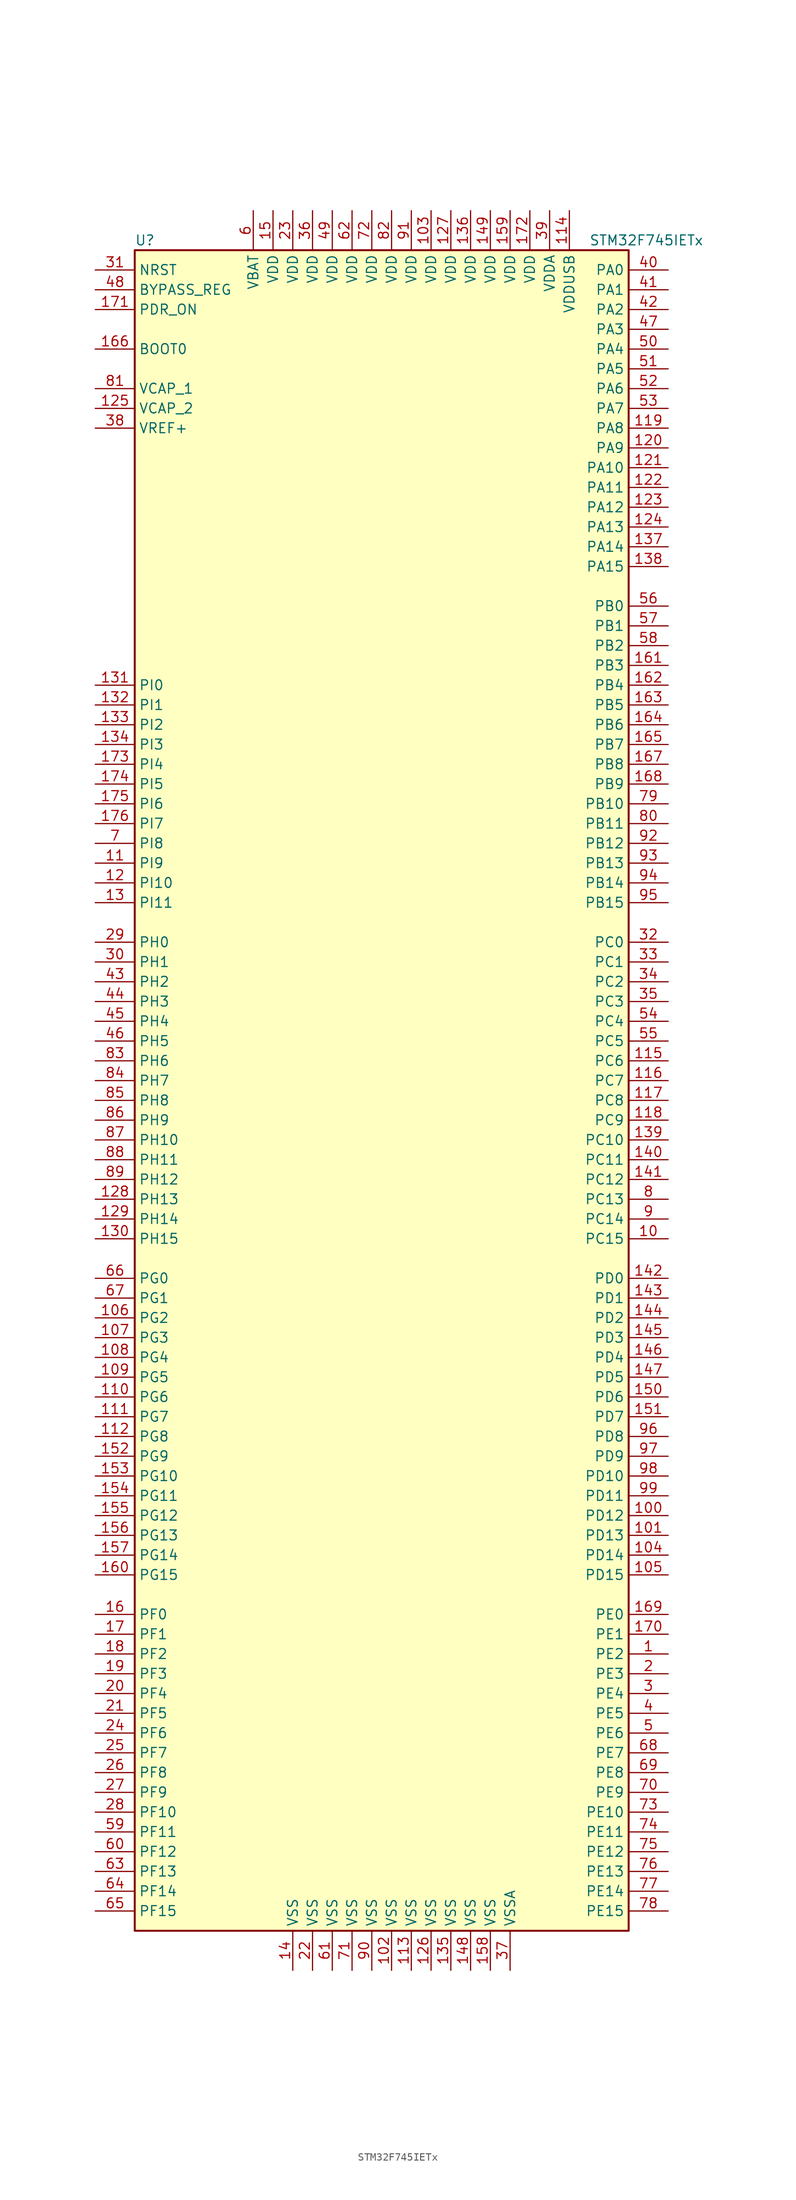
<source format=kicad_sym>
(kicad_symbol_lib
  (version 20201005)
  (generator kicad_symbol_editor)
  (symbol "MCU_ST_STM32F7:STM32F745IETx"
    (property "Reference" "U"
      (at -33.02 107.95 0)
      (effects (font (size 1.27 1.27)) (justify left)))
    (property "Value" "STM32F745IETx"
      (at 25.4 107.95 0)
      (effects (font (size 1.27 1.27)) (justify left)))
    (symbol "STM32F745IETx_0_1"
      (rectangle (start -33.02 -109.22) (end 30.48 106.68) (stroke (width 0.254)) (fill (type background))))
    (symbol "STM32F745IETx_1_1"
      (pin input line (at -38.1 93.98 0) (length 5.08) (name "BOOT0" (effects (font (size 1.27 1.27)))) (number "166" (effects (font (size 1.27 1.27)))))
      (pin input line (at -38.1 101.6 0) (length 5.08) (name "BYPASS_REG" (effects (font (size 1.27 1.27)))) (number "48" (effects (font (size 1.27 1.27)))))
      (pin input line (at -38.1 104.14 0) (length 5.08) (name "NRST" (effects (font (size 1.27 1.27)))) (number "31" (effects (font (size 1.27 1.27)))))
      (pin bidirectional line (at 35.56 104.14 180) (length 5.08) (name "PA0" (effects (font (size 1.27 1.27)))) (number "40" (effects (font (size 1.27 1.27)))))
      (pin bidirectional line (at 35.56 101.6 180) (length 5.08) (name "PA1" (effects (font (size 1.27 1.27)))) (number "41" (effects (font (size 1.27 1.27)))))
      (pin bidirectional line (at 35.56 78.74 180) (length 5.08) (name "PA10" (effects (font (size 1.27 1.27)))) (number "121" (effects (font (size 1.27 1.27)))))
      (pin bidirectional line (at 35.56 76.2 180) (length 5.08) (name "PA11" (effects (font (size 1.27 1.27)))) (number "122" (effects (font (size 1.27 1.27)))))
      (pin bidirectional line (at 35.56 73.66 180) (length 5.08) (name "PA12" (effects (font (size 1.27 1.27)))) (number "123" (effects (font (size 1.27 1.27)))))
      (pin bidirectional line (at 35.56 71.12 180) (length 5.08) (name "PA13" (effects (font (size 1.27 1.27)))) (number "124" (effects (font (size 1.27 1.27)))))
      (pin bidirectional line (at 35.56 68.58 180) (length 5.08) (name "PA14" (effects (font (size 1.27 1.27)))) (number "137" (effects (font (size 1.27 1.27)))))
      (pin bidirectional line (at 35.56 66.04 180) (length 5.08) (name "PA15" (effects (font (size 1.27 1.27)))) (number "138" (effects (font (size 1.27 1.27)))))
      (pin bidirectional line (at 35.56 99.06 180) (length 5.08) (name "PA2" (effects (font (size 1.27 1.27)))) (number "42" (effects (font (size 1.27 1.27)))))
      (pin bidirectional line (at 35.56 96.52 180) (length 5.08) (name "PA3" (effects (font (size 1.27 1.27)))) (number "47" (effects (font (size 1.27 1.27)))))
      (pin bidirectional line (at 35.56 93.98 180) (length 5.08) (name "PA4" (effects (font (size 1.27 1.27)))) (number "50" (effects (font (size 1.27 1.27)))))
      (pin bidirectional line (at 35.56 91.44 180) (length 5.08) (name "PA5" (effects (font (size 1.27 1.27)))) (number "51" (effects (font (size 1.27 1.27)))))
      (pin bidirectional line (at 35.56 88.9 180) (length 5.08) (name "PA6" (effects (font (size 1.27 1.27)))) (number "52" (effects (font (size 1.27 1.27)))))
      (pin bidirectional line (at 35.56 86.36 180) (length 5.08) (name "PA7" (effects (font (size 1.27 1.27)))) (number "53" (effects (font (size 1.27 1.27)))))
      (pin bidirectional line (at 35.56 83.82 180) (length 5.08) (name "PA8" (effects (font (size 1.27 1.27)))) (number "119" (effects (font (size 1.27 1.27)))))
      (pin bidirectional line (at 35.56 81.28 180) (length 5.08) (name "PA9" (effects (font (size 1.27 1.27)))) (number "120" (effects (font (size 1.27 1.27)))))
      (pin bidirectional line (at 35.56 60.96 180) (length 5.08) (name "PB0" (effects (font (size 1.27 1.27)))) (number "56" (effects (font (size 1.27 1.27)))))
      (pin bidirectional line (at 35.56 58.42 180) (length 5.08) (name "PB1" (effects (font (size 1.27 1.27)))) (number "57" (effects (font (size 1.27 1.27)))))
      (pin bidirectional line (at 35.56 35.56 180) (length 5.08) (name "PB10" (effects (font (size 1.27 1.27)))) (number "79" (effects (font (size 1.27 1.27)))))
      (pin bidirectional line (at 35.56 33.02 180) (length 5.08) (name "PB11" (effects (font (size 1.27 1.27)))) (number "80" (effects (font (size 1.27 1.27)))))
      (pin bidirectional line (at 35.56 30.48 180) (length 5.08) (name "PB12" (effects (font (size 1.27 1.27)))) (number "92" (effects (font (size 1.27 1.27)))))
      (pin bidirectional line (at 35.56 27.94 180) (length 5.08) (name "PB13" (effects (font (size 1.27 1.27)))) (number "93" (effects (font (size 1.27 1.27)))))
      (pin bidirectional line (at 35.56 25.4 180) (length 5.08) (name "PB14" (effects (font (size 1.27 1.27)))) (number "94" (effects (font (size 1.27 1.27)))))
      (pin bidirectional line (at 35.56 22.86 180) (length 5.08) (name "PB15" (effects (font (size 1.27 1.27)))) (number "95" (effects (font (size 1.27 1.27)))))
      (pin bidirectional line (at 35.56 55.88 180) (length 5.08) (name "PB2" (effects (font (size 1.27 1.27)))) (number "58" (effects (font (size 1.27 1.27)))))
      (pin bidirectional line (at 35.56 53.34 180) (length 5.08) (name "PB3" (effects (font (size 1.27 1.27)))) (number "161" (effects (font (size 1.27 1.27)))))
      (pin bidirectional line (at 35.56 50.8 180) (length 5.08) (name "PB4" (effects (font (size 1.27 1.27)))) (number "162" (effects (font (size 1.27 1.27)))))
      (pin bidirectional line (at 35.56 48.26 180) (length 5.08) (name "PB5" (effects (font (size 1.27 1.27)))) (number "163" (effects (font (size 1.27 1.27)))))
      (pin bidirectional line (at 35.56 45.72 180) (length 5.08) (name "PB6" (effects (font (size 1.27 1.27)))) (number "164" (effects (font (size 1.27 1.27)))))
      (pin bidirectional line (at 35.56 43.18 180) (length 5.08) (name "PB7" (effects (font (size 1.27 1.27)))) (number "165" (effects (font (size 1.27 1.27)))))
      (pin bidirectional line (at 35.56 40.64 180) (length 5.08) (name "PB8" (effects (font (size 1.27 1.27)))) (number "167" (effects (font (size 1.27 1.27)))))
      (pin bidirectional line (at 35.56 38.1 180) (length 5.08) (name "PB9" (effects (font (size 1.27 1.27)))) (number "168" (effects (font (size 1.27 1.27)))))
      (pin bidirectional line (at 35.56 17.78 180) (length 5.08) (name "PC0" (effects (font (size 1.27 1.27)))) (number "32" (effects (font (size 1.27 1.27)))))
      (pin bidirectional line (at 35.56 15.24 180) (length 5.08) (name "PC1" (effects (font (size 1.27 1.27)))) (number "33" (effects (font (size 1.27 1.27)))))
      (pin bidirectional line (at 35.56 -7.62 180) (length 5.08) (name "PC10" (effects (font (size 1.27 1.27)))) (number "139" (effects (font (size 1.27 1.27)))))
      (pin bidirectional line (at 35.56 -10.16 180) (length 5.08) (name "PC11" (effects (font (size 1.27 1.27)))) (number "140" (effects (font (size 1.27 1.27)))))
      (pin bidirectional line (at 35.56 -12.7 180) (length 5.08) (name "PC12" (effects (font (size 1.27 1.27)))) (number "141" (effects (font (size 1.27 1.27)))))
      (pin bidirectional line (at 35.56 -15.24 180) (length 5.08) (name "PC13" (effects (font (size 1.27 1.27)))) (number "8" (effects (font (size 1.27 1.27)))))
      (pin bidirectional line (at 35.56 -17.78 180) (length 5.08) (name "PC14" (effects (font (size 1.27 1.27)))) (number "9" (effects (font (size 1.27 1.27)))))
      (pin bidirectional line (at 35.56 -20.32 180) (length 5.08) (name "PC15" (effects (font (size 1.27 1.27)))) (number "10" (effects (font (size 1.27 1.27)))))
      (pin bidirectional line (at 35.56 12.7 180) (length 5.08) (name "PC2" (effects (font (size 1.27 1.27)))) (number "34" (effects (font (size 1.27 1.27)))))
      (pin bidirectional line (at 35.56 10.16 180) (length 5.08) (name "PC3" (effects (font (size 1.27 1.27)))) (number "35" (effects (font (size 1.27 1.27)))))
      (pin bidirectional line (at 35.56 7.62 180) (length 5.08) (name "PC4" (effects (font (size 1.27 1.27)))) (number "54" (effects (font (size 1.27 1.27)))))
      (pin bidirectional line (at 35.56 5.08 180) (length 5.08) (name "PC5" (effects (font (size 1.27 1.27)))) (number "55" (effects (font (size 1.27 1.27)))))
      (pin bidirectional line (at 35.56 2.54 180) (length 5.08) (name "PC6" (effects (font (size 1.27 1.27)))) (number "115" (effects (font (size 1.27 1.27)))))
      (pin bidirectional line (at 35.56 0 180) (length 5.08) (name "PC7" (effects (font (size 1.27 1.27)))) (number "116" (effects (font (size 1.27 1.27)))))
      (pin bidirectional line (at 35.56 -2.54 180) (length 5.08) (name "PC8" (effects (font (size 1.27 1.27)))) (number "117" (effects (font (size 1.27 1.27)))))
      (pin bidirectional line (at 35.56 -5.08 180) (length 5.08) (name "PC9" (effects (font (size 1.27 1.27)))) (number "118" (effects (font (size 1.27 1.27)))))
      (pin bidirectional line (at 35.56 -25.4 180) (length 5.08) (name "PD0" (effects (font (size 1.27 1.27)))) (number "142" (effects (font (size 1.27 1.27)))))
      (pin bidirectional line (at 35.56 -27.94 180) (length 5.08) (name "PD1" (effects (font (size 1.27 1.27)))) (number "143" (effects (font (size 1.27 1.27)))))
      (pin bidirectional line (at 35.56 -50.8 180) (length 5.08) (name "PD10" (effects (font (size 1.27 1.27)))) (number "98" (effects (font (size 1.27 1.27)))))
      (pin bidirectional line (at 35.56 -53.34 180) (length 5.08) (name "PD11" (effects (font (size 1.27 1.27)))) (number "99" (effects (font (size 1.27 1.27)))))
      (pin bidirectional line (at 35.56 -55.88 180) (length 5.08) (name "PD12" (effects (font (size 1.27 1.27)))) (number "100" (effects (font (size 1.27 1.27)))))
      (pin bidirectional line (at 35.56 -58.42 180) (length 5.08) (name "PD13" (effects (font (size 1.27 1.27)))) (number "101" (effects (font (size 1.27 1.27)))))
      (pin bidirectional line (at 35.56 -60.96 180) (length 5.08) (name "PD14" (effects (font (size 1.27 1.27)))) (number "104" (effects (font (size 1.27 1.27)))))
      (pin bidirectional line (at 35.56 -63.5 180) (length 5.08) (name "PD15" (effects (font (size 1.27 1.27)))) (number "105" (effects (font (size 1.27 1.27)))))
      (pin bidirectional line (at 35.56 -30.48 180) (length 5.08) (name "PD2" (effects (font (size 1.27 1.27)))) (number "144" (effects (font (size 1.27 1.27)))))
      (pin bidirectional line (at 35.56 -33.02 180) (length 5.08) (name "PD3" (effects (font (size 1.27 1.27)))) (number "145" (effects (font (size 1.27 1.27)))))
      (pin bidirectional line (at 35.56 -35.56 180) (length 5.08) (name "PD4" (effects (font (size 1.27 1.27)))) (number "146" (effects (font (size 1.27 1.27)))))
      (pin bidirectional line (at 35.56 -38.1 180) (length 5.08) (name "PD5" (effects (font (size 1.27 1.27)))) (number "147" (effects (font (size 1.27 1.27)))))
      (pin bidirectional line (at 35.56 -40.64 180) (length 5.08) (name "PD6" (effects (font (size 1.27 1.27)))) (number "150" (effects (font (size 1.27 1.27)))))
      (pin bidirectional line (at 35.56 -43.18 180) (length 5.08) (name "PD7" (effects (font (size 1.27 1.27)))) (number "151" (effects (font (size 1.27 1.27)))))
      (pin bidirectional line (at 35.56 -45.72 180) (length 5.08) (name "PD8" (effects (font (size 1.27 1.27)))) (number "96" (effects (font (size 1.27 1.27)))))
      (pin bidirectional line (at 35.56 -48.26 180) (length 5.08) (name "PD9" (effects (font (size 1.27 1.27)))) (number "97" (effects (font (size 1.27 1.27)))))
      (pin input line (at -38.1 99.06 0) (length 5.08) (name "PDR_ON" (effects (font (size 1.27 1.27)))) (number "171" (effects (font (size 1.27 1.27)))))
      (pin bidirectional line (at 35.56 -68.58 180) (length 5.08) (name "PE0" (effects (font (size 1.27 1.27)))) (number "169" (effects (font (size 1.27 1.27)))))
      (pin bidirectional line (at 35.56 -71.12 180) (length 5.08) (name "PE1" (effects (font (size 1.27 1.27)))) (number "170" (effects (font (size 1.27 1.27)))))
      (pin bidirectional line (at 35.56 -93.98 180) (length 5.08) (name "PE10" (effects (font (size 1.27 1.27)))) (number "73" (effects (font (size 1.27 1.27)))))
      (pin bidirectional line (at 35.56 -96.52 180) (length 5.08) (name "PE11" (effects (font (size 1.27 1.27)))) (number "74" (effects (font (size 1.27 1.27)))))
      (pin bidirectional line (at 35.56 -99.06 180) (length 5.08) (name "PE12" (effects (font (size 1.27 1.27)))) (number "75" (effects (font (size 1.27 1.27)))))
      (pin bidirectional line (at 35.56 -101.6 180) (length 5.08) (name "PE13" (effects (font (size 1.27 1.27)))) (number "76" (effects (font (size 1.27 1.27)))))
      (pin bidirectional line (at 35.56 -104.14 180) (length 5.08) (name "PE14" (effects (font (size 1.27 1.27)))) (number "77" (effects (font (size 1.27 1.27)))))
      (pin bidirectional line (at 35.56 -106.68 180) (length 5.08) (name "PE15" (effects (font (size 1.27 1.27)))) (number "78" (effects (font (size 1.27 1.27)))))
      (pin bidirectional line (at 35.56 -73.66 180) (length 5.08) (name "PE2" (effects (font (size 1.27 1.27)))) (number "1" (effects (font (size 1.27 1.27)))))
      (pin bidirectional line (at 35.56 -76.2 180) (length 5.08) (name "PE3" (effects (font (size 1.27 1.27)))) (number "2" (effects (font (size 1.27 1.27)))))
      (pin bidirectional line (at 35.56 -78.74 180) (length 5.08) (name "PE4" (effects (font (size 1.27 1.27)))) (number "3" (effects (font (size 1.27 1.27)))))
      (pin bidirectional line (at 35.56 -81.28 180) (length 5.08) (name "PE5" (effects (font (size 1.27 1.27)))) (number "4" (effects (font (size 1.27 1.27)))))
      (pin bidirectional line (at 35.56 -83.82 180) (length 5.08) (name "PE6" (effects (font (size 1.27 1.27)))) (number "5" (effects (font (size 1.27 1.27)))))
      (pin bidirectional line (at 35.56 -86.36 180) (length 5.08) (name "PE7" (effects (font (size 1.27 1.27)))) (number "68" (effects (font (size 1.27 1.27)))))
      (pin bidirectional line (at 35.56 -88.9 180) (length 5.08) (name "PE8" (effects (font (size 1.27 1.27)))) (number "69" (effects (font (size 1.27 1.27)))))
      (pin bidirectional line (at 35.56 -91.44 180) (length 5.08) (name "PE9" (effects (font (size 1.27 1.27)))) (number "70" (effects (font (size 1.27 1.27)))))
      (pin bidirectional line (at -38.1 -68.58 0) (length 5.08) (name "PF0" (effects (font (size 1.27 1.27)))) (number "16" (effects (font (size 1.27 1.27)))))
      (pin bidirectional line (at -38.1 -71.12 0) (length 5.08) (name "PF1" (effects (font (size 1.27 1.27)))) (number "17" (effects (font (size 1.27 1.27)))))
      (pin bidirectional line (at -38.1 -93.98 0) (length 5.08) (name "PF10" (effects (font (size 1.27 1.27)))) (number "28" (effects (font (size 1.27 1.27)))))
      (pin bidirectional line (at -38.1 -96.52 0) (length 5.08) (name "PF11" (effects (font (size 1.27 1.27)))) (number "59" (effects (font (size 1.27 1.27)))))
      (pin bidirectional line (at -38.1 -99.06 0) (length 5.08) (name "PF12" (effects (font (size 1.27 1.27)))) (number "60" (effects (font (size 1.27 1.27)))))
      (pin bidirectional line (at -38.1 -101.6 0) (length 5.08) (name "PF13" (effects (font (size 1.27 1.27)))) (number "63" (effects (font (size 1.27 1.27)))))
      (pin bidirectional line (at -38.1 -104.14 0) (length 5.08) (name "PF14" (effects (font (size 1.27 1.27)))) (number "64" (effects (font (size 1.27 1.27)))))
      (pin bidirectional line (at -38.1 -106.68 0) (length 5.08) (name "PF15" (effects (font (size 1.27 1.27)))) (number "65" (effects (font (size 1.27 1.27)))))
      (pin bidirectional line (at -38.1 -73.66 0) (length 5.08) (name "PF2" (effects (font (size 1.27 1.27)))) (number "18" (effects (font (size 1.27 1.27)))))
      (pin bidirectional line (at -38.1 -76.2 0) (length 5.08) (name "PF3" (effects (font (size 1.27 1.27)))) (number "19" (effects (font (size 1.27 1.27)))))
      (pin bidirectional line (at -38.1 -78.74 0) (length 5.08) (name "PF4" (effects (font (size 1.27 1.27)))) (number "20" (effects (font (size 1.27 1.27)))))
      (pin bidirectional line (at -38.1 -81.28 0) (length 5.08) (name "PF5" (effects (font (size 1.27 1.27)))) (number "21" (effects (font (size 1.27 1.27)))))
      (pin bidirectional line (at -38.1 -83.82 0) (length 5.08) (name "PF6" (effects (font (size 1.27 1.27)))) (number "24" (effects (font (size 1.27 1.27)))))
      (pin bidirectional line (at -38.1 -86.36 0) (length 5.08) (name "PF7" (effects (font (size 1.27 1.27)))) (number "25" (effects (font (size 1.27 1.27)))))
      (pin bidirectional line (at -38.1 -88.9 0) (length 5.08) (name "PF8" (effects (font (size 1.27 1.27)))) (number "26" (effects (font (size 1.27 1.27)))))
      (pin bidirectional line (at -38.1 -91.44 0) (length 5.08) (name "PF9" (effects (font (size 1.27 1.27)))) (number "27" (effects (font (size 1.27 1.27)))))
      (pin bidirectional line (at -38.1 -25.4 0) (length 5.08) (name "PG0" (effects (font (size 1.27 1.27)))) (number "66" (effects (font (size 1.27 1.27)))))
      (pin bidirectional line (at -38.1 -27.94 0) (length 5.08) (name "PG1" (effects (font (size 1.27 1.27)))) (number "67" (effects (font (size 1.27 1.27)))))
      (pin bidirectional line (at -38.1 -50.8 0) (length 5.08) (name "PG10" (effects (font (size 1.27 1.27)))) (number "153" (effects (font (size 1.27 1.27)))))
      (pin bidirectional line (at -38.1 -53.34 0) (length 5.08) (name "PG11" (effects (font (size 1.27 1.27)))) (number "154" (effects (font (size 1.27 1.27)))))
      (pin bidirectional line (at -38.1 -55.88 0) (length 5.08) (name "PG12" (effects (font (size 1.27 1.27)))) (number "155" (effects (font (size 1.27 1.27)))))
      (pin bidirectional line (at -38.1 -58.42 0) (length 5.08) (name "PG13" (effects (font (size 1.27 1.27)))) (number "156" (effects (font (size 1.27 1.27)))))
      (pin bidirectional line (at -38.1 -60.96 0) (length 5.08) (name "PG14" (effects (font (size 1.27 1.27)))) (number "157" (effects (font (size 1.27 1.27)))))
      (pin bidirectional line (at -38.1 -63.5 0) (length 5.08) (name "PG15" (effects (font (size 1.27 1.27)))) (number "160" (effects (font (size 1.27 1.27)))))
      (pin bidirectional line (at -38.1 -30.48 0) (length 5.08) (name "PG2" (effects (font (size 1.27 1.27)))) (number "106" (effects (font (size 1.27 1.27)))))
      (pin bidirectional line (at -38.1 -33.02 0) (length 5.08) (name "PG3" (effects (font (size 1.27 1.27)))) (number "107" (effects (font (size 1.27 1.27)))))
      (pin bidirectional line (at -38.1 -35.56 0) (length 5.08) (name "PG4" (effects (font (size 1.27 1.27)))) (number "108" (effects (font (size 1.27 1.27)))))
      (pin bidirectional line (at -38.1 -38.1 0) (length 5.08) (name "PG5" (effects (font (size 1.27 1.27)))) (number "109" (effects (font (size 1.27 1.27)))))
      (pin bidirectional line (at -38.1 -40.64 0) (length 5.08) (name "PG6" (effects (font (size 1.27 1.27)))) (number "110" (effects (font (size 1.27 1.27)))))
      (pin bidirectional line (at -38.1 -43.18 0) (length 5.08) (name "PG7" (effects (font (size 1.27 1.27)))) (number "111" (effects (font (size 1.27 1.27)))))
      (pin bidirectional line (at -38.1 -45.72 0) (length 5.08) (name "PG8" (effects (font (size 1.27 1.27)))) (number "112" (effects (font (size 1.27 1.27)))))
      (pin bidirectional line (at -38.1 -48.26 0) (length 5.08) (name "PG9" (effects (font (size 1.27 1.27)))) (number "152" (effects (font (size 1.27 1.27)))))
      (pin input line (at -38.1 17.78 0) (length 5.08) (name "PH0" (effects (font (size 1.27 1.27)))) (number "29" (effects (font (size 1.27 1.27)))))
      (pin input line (at -38.1 15.24 0) (length 5.08) (name "PH1" (effects (font (size 1.27 1.27)))) (number "30" (effects (font (size 1.27 1.27)))))
      (pin bidirectional line (at -38.1 -7.62 0) (length 5.08) (name "PH10" (effects (font (size 1.27 1.27)))) (number "87" (effects (font (size 1.27 1.27)))))
      (pin bidirectional line (at -38.1 -10.16 0) (length 5.08) (name "PH11" (effects (font (size 1.27 1.27)))) (number "88" (effects (font (size 1.27 1.27)))))
      (pin bidirectional line (at -38.1 -12.7 0) (length 5.08) (name "PH12" (effects (font (size 1.27 1.27)))) (number "89" (effects (font (size 1.27 1.27)))))
      (pin bidirectional line (at -38.1 -15.24 0) (length 5.08) (name "PH13" (effects (font (size 1.27 1.27)))) (number "128" (effects (font (size 1.27 1.27)))))
      (pin bidirectional line (at -38.1 -17.78 0) (length 5.08) (name "PH14" (effects (font (size 1.27 1.27)))) (number "129" (effects (font (size 1.27 1.27)))))
      (pin bidirectional line (at -38.1 -20.32 0) (length 5.08) (name "PH15" (effects (font (size 1.27 1.27)))) (number "130" (effects (font (size 1.27 1.27)))))
      (pin bidirectional line (at -38.1 12.7 0) (length 5.08) (name "PH2" (effects (font (size 1.27 1.27)))) (number "43" (effects (font (size 1.27 1.27)))))
      (pin bidirectional line (at -38.1 10.16 0) (length 5.08) (name "PH3" (effects (font (size 1.27 1.27)))) (number "44" (effects (font (size 1.27 1.27)))))
      (pin bidirectional line (at -38.1 7.62 0) (length 5.08) (name "PH4" (effects (font (size 1.27 1.27)))) (number "45" (effects (font (size 1.27 1.27)))))
      (pin bidirectional line (at -38.1 5.08 0) (length 5.08) (name "PH5" (effects (font (size 1.27 1.27)))) (number "46" (effects (font (size 1.27 1.27)))))
      (pin bidirectional line (at -38.1 2.54 0) (length 5.08) (name "PH6" (effects (font (size 1.27 1.27)))) (number "83" (effects (font (size 1.27 1.27)))))
      (pin bidirectional line (at -38.1 0 0) (length 5.08) (name "PH7" (effects (font (size 1.27 1.27)))) (number "84" (effects (font (size 1.27 1.27)))))
      (pin bidirectional line (at -38.1 -2.54 0) (length 5.08) (name "PH8" (effects (font (size 1.27 1.27)))) (number "85" (effects (font (size 1.27 1.27)))))
      (pin bidirectional line (at -38.1 -5.08 0) (length 5.08) (name "PH9" (effects (font (size 1.27 1.27)))) (number "86" (effects (font (size 1.27 1.27)))))
      (pin bidirectional line (at -38.1 50.8 0) (length 5.08) (name "PI0" (effects (font (size 1.27 1.27)))) (number "131" (effects (font (size 1.27 1.27)))))
      (pin bidirectional line (at -38.1 48.26 0) (length 5.08) (name "PI1" (effects (font (size 1.27 1.27)))) (number "132" (effects (font (size 1.27 1.27)))))
      (pin bidirectional line (at -38.1 25.4 0) (length 5.08) (name "PI10" (effects (font (size 1.27 1.27)))) (number "12" (effects (font (size 1.27 1.27)))))
      (pin bidirectional line (at -38.1 22.86 0) (length 5.08) (name "PI11" (effects (font (size 1.27 1.27)))) (number "13" (effects (font (size 1.27 1.27)))))
      (pin bidirectional line (at -38.1 45.72 0) (length 5.08) (name "PI2" (effects (font (size 1.27 1.27)))) (number "133" (effects (font (size 1.27 1.27)))))
      (pin bidirectional line (at -38.1 43.18 0) (length 5.08) (name "PI3" (effects (font (size 1.27 1.27)))) (number "134" (effects (font (size 1.27 1.27)))))
      (pin bidirectional line (at -38.1 40.64 0) (length 5.08) (name "PI4" (effects (font (size 1.27 1.27)))) (number "173" (effects (font (size 1.27 1.27)))))
      (pin bidirectional line (at -38.1 38.1 0) (length 5.08) (name "PI5" (effects (font (size 1.27 1.27)))) (number "174" (effects (font (size 1.27 1.27)))))
      (pin bidirectional line (at -38.1 35.56 0) (length 5.08) (name "PI6" (effects (font (size 1.27 1.27)))) (number "175" (effects (font (size 1.27 1.27)))))
      (pin bidirectional line (at -38.1 33.02 0) (length 5.08) (name "PI7" (effects (font (size 1.27 1.27)))) (number "176" (effects (font (size 1.27 1.27)))))
      (pin bidirectional line (at -38.1 30.48 0) (length 5.08) (name "PI8" (effects (font (size 1.27 1.27)))) (number "7" (effects (font (size 1.27 1.27)))))
      (pin bidirectional line (at -38.1 27.94 0) (length 5.08) (name "PI9" (effects (font (size 1.27 1.27)))) (number "11" (effects (font (size 1.27 1.27)))))
      (pin power_in line (at -17.78 111.76 270) (length 5.08) (name "VBAT" (effects (font (size 1.27 1.27)))) (number "6" (effects (font (size 1.27 1.27)))))
      (pin power_in line (at -38.1 88.9 0) (length 5.08) (name "VCAP_1" (effects (font (size 1.27 1.27)))) (number "81" (effects (font (size 1.27 1.27)))))
      (pin power_in line (at -38.1 86.36 0) (length 5.08) (name "VCAP_2" (effects (font (size 1.27 1.27)))) (number "125" (effects (font (size 1.27 1.27)))))
      (pin power_in line (at 5.08 111.76 270) (length 5.08) (name "VDD" (effects (font (size 1.27 1.27)))) (number "103" (effects (font (size 1.27 1.27)))))
      (pin power_in line (at 7.62 111.76 270) (length 5.08) (name "VDD" (effects (font (size 1.27 1.27)))) (number "127" (effects (font (size 1.27 1.27)))))
      (pin power_in line (at 10.16 111.76 270) (length 5.08) (name "VDD" (effects (font (size 1.27 1.27)))) (number "136" (effects (font (size 1.27 1.27)))))
      (pin power_in line (at 12.7 111.76 270) (length 5.08) (name "VDD" (effects (font (size 1.27 1.27)))) (number "149" (effects (font (size 1.27 1.27)))))
      (pin power_in line (at -15.24 111.76 270) (length 5.08) (name "VDD" (effects (font (size 1.27 1.27)))) (number "15" (effects (font (size 1.27 1.27)))))
      (pin power_in line (at 15.24 111.76 270) (length 5.08) (name "VDD" (effects (font (size 1.27 1.27)))) (number "159" (effects (font (size 1.27 1.27)))))
      (pin power_in line (at 17.78 111.76 270) (length 5.08) (name "VDD" (effects (font (size 1.27 1.27)))) (number "172" (effects (font (size 1.27 1.27)))))
      (pin power_in line (at -12.7 111.76 270) (length 5.08) (name "VDD" (effects (font (size 1.27 1.27)))) (number "23" (effects (font (size 1.27 1.27)))))
      (pin power_in line (at -10.16 111.76 270) (length 5.08) (name "VDD" (effects (font (size 1.27 1.27)))) (number "36" (effects (font (size 1.27 1.27)))))
      (pin power_in line (at -7.62 111.76 270) (length 5.08) (name "VDD" (effects (font (size 1.27 1.27)))) (number "49" (effects (font (size 1.27 1.27)))))
      (pin power_in line (at -5.08 111.76 270) (length 5.08) (name "VDD" (effects (font (size 1.27 1.27)))) (number "62" (effects (font (size 1.27 1.27)))))
      (pin power_in line (at -2.54 111.76 270) (length 5.08) (name "VDD" (effects (font (size 1.27 1.27)))) (number "72" (effects (font (size 1.27 1.27)))))
      (pin power_in line (at 0 111.76 270) (length 5.08) (name "VDD" (effects (font (size 1.27 1.27)))) (number "82" (effects (font (size 1.27 1.27)))))
      (pin power_in line (at 2.54 111.76 270) (length 5.08) (name "VDD" (effects (font (size 1.27 1.27)))) (number "91" (effects (font (size 1.27 1.27)))))
      (pin power_in line (at 20.32 111.76 270) (length 5.08) (name "VDDA" (effects (font (size 1.27 1.27)))) (number "39" (effects (font (size 1.27 1.27)))))
      (pin power_in line (at 22.86 111.76 270) (length 5.08) (name "VDDUSB" (effects (font (size 1.27 1.27)))) (number "114" (effects (font (size 1.27 1.27)))))
      (pin power_in line (at -38.1 83.82 0) (length 5.08) (name "VREF+" (effects (font (size 1.27 1.27)))) (number "38" (effects (font (size 1.27 1.27)))))
      (pin power_in line (at 0 -114.3 90) (length 5.08) (name "VSS" (effects (font (size 1.27 1.27)))) (number "102" (effects (font (size 1.27 1.27)))))
      (pin power_in line (at 2.54 -114.3 90) (length 5.08) (name "VSS" (effects (font (size 1.27 1.27)))) (number "113" (effects (font (size 1.27 1.27)))))
      (pin power_in line (at 5.08 -114.3 90) (length 5.08) (name "VSS" (effects (font (size 1.27 1.27)))) (number "126" (effects (font (size 1.27 1.27)))))
      (pin power_in line (at 7.62 -114.3 90) (length 5.08) (name "VSS" (effects (font (size 1.27 1.27)))) (number "135" (effects (font (size 1.27 1.27)))))
      (pin power_in line (at -12.7 -114.3 90) (length 5.08) (name "VSS" (effects (font (size 1.27 1.27)))) (number "14" (effects (font (size 1.27 1.27)))))
      (pin power_in line (at 10.16 -114.3 90) (length 5.08) (name "VSS" (effects (font (size 1.27 1.27)))) (number "148" (effects (font (size 1.27 1.27)))))
      (pin power_in line (at 12.7 -114.3 90) (length 5.08) (name "VSS" (effects (font (size 1.27 1.27)))) (number "158" (effects (font (size 1.27 1.27)))))
      (pin power_in line (at -10.16 -114.3 90) (length 5.08) (name "VSS" (effects (font (size 1.27 1.27)))) (number "22" (effects (font (size 1.27 1.27)))))
      (pin power_in line (at -7.62 -114.3 90) (length 5.08) (name "VSS" (effects (font (size 1.27 1.27)))) (number "61" (effects (font (size 1.27 1.27)))))
      (pin power_in line (at -5.08 -114.3 90) (length 5.08) (name "VSS" (effects (font (size 1.27 1.27)))) (number "71" (effects (font (size 1.27 1.27)))))
      (pin power_in line (at -2.54 -114.3 90) (length 5.08) (name "VSS" (effects (font (size 1.27 1.27)))) (number "90" (effects (font (size 1.27 1.27)))))
      (pin power_in line (at 15.24 -114.3 90) (length 5.08) (name "VSSA" (effects (font (size 1.27 1.27)))) (number "37" (effects (font (size 1.27 1.27))))))))
</source>
